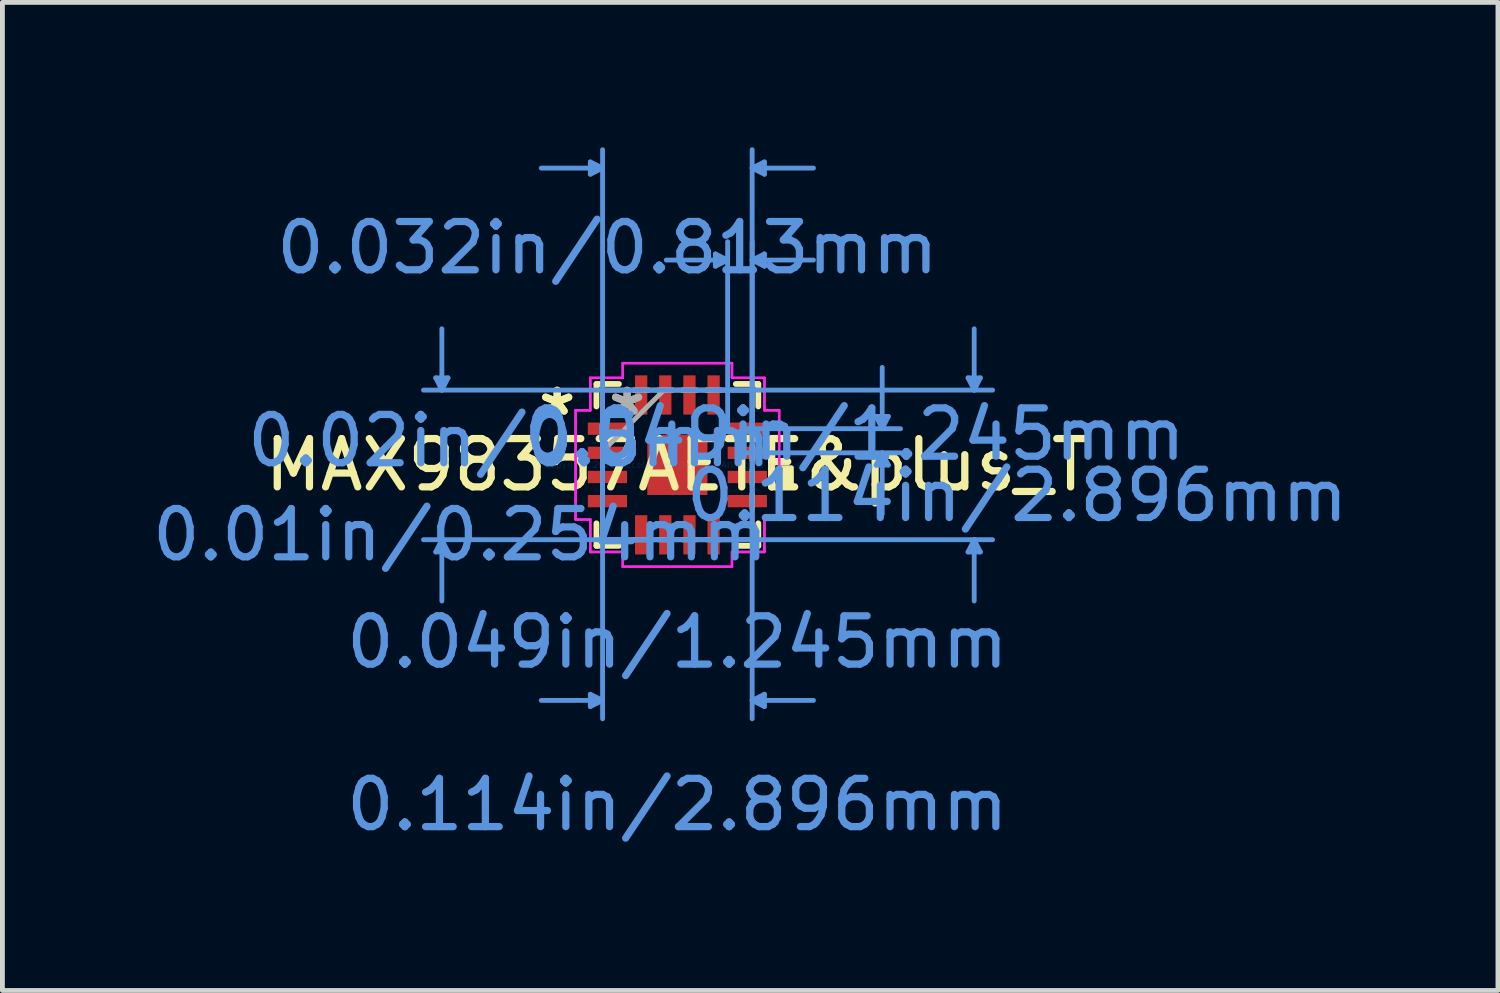
<source format=kicad_pcb>
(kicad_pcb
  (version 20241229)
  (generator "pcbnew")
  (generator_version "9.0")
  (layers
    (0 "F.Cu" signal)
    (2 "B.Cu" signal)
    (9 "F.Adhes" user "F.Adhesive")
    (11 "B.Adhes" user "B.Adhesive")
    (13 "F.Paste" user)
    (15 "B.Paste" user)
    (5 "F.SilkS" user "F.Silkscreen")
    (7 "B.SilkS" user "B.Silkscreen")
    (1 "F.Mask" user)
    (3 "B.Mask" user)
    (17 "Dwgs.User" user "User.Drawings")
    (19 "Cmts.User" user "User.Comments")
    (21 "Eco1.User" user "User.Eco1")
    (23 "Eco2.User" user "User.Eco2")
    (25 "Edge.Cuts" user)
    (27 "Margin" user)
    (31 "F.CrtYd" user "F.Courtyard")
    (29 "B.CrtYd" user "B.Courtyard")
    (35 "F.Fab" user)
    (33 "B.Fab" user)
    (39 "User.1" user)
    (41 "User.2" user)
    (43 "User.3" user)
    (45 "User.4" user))
  (footprint "MAX98357AETE&plus_T"
    (layer "F.Cu")
    (at 10.978 6.578)
    (property "Reference" "MAX98357AETE&plus_T" (at 0 0 0) (layer "F.SilkS") (effects (font (size 1 1) (thickness 0.15))))
    (attr through_hole)
    (fp_line (start -1.676 -1.676) (end -1.676 -1.21) (stroke (width 0.12) (type solid)) (layer "F.SilkS"))
    (fp_line (start -1.676 1.21) (end -1.676 1.676) (stroke (width 0.12) (type solid)) (layer "F.SilkS"))
    (fp_line (start -1.676 1.676) (end -1.21 1.676) (stroke (width 0.12) (type solid)) (layer "F.SilkS"))
    (fp_line (start -1.21 -1.676) (end -1.676 -1.676) (stroke (width 0.12) (type solid)) (layer "F.SilkS"))
    (fp_line (start 1.21 1.676) (end 1.676 1.676) (stroke (width 0.12) (type solid)) (layer "F.SilkS"))
    (fp_line (start 1.676 -1.676) (end 1.21 -1.676) (stroke (width 0.12) (type solid)) (layer "F.SilkS"))
    (fp_line (start 1.676 -1.21) (end 1.676 -1.676) (stroke (width 0.12) (type solid)) (layer "F.SilkS"))
    (fp_line (start 1.676 1.676) (end 1.676 1.21) (stroke (width 0.12) (type solid)) (layer "F.SilkS"))
    (fp_poly (pts (xy 2.362 0.059) (xy 2.362 0.441) (xy 2.108 0.441) (xy 2.108 0.059)) (stroke (width 0.1) (type solid)) (fill yes) (layer "F.SilkS"))
    (fp_line (start -5.004 -1.803) (end -4.75 -1.803) (stroke (width 0.1) (type solid)) (layer "Cmts.User"))
    (fp_line (start -5.004 1.803) (end -4.75 1.803) (stroke (width 0.1) (type solid)) (layer "Cmts.User"))
    (fp_line (start -4.877 -1.549) (end -5.004 -1.803) (stroke (width 0.1) (type solid)) (layer "Cmts.User"))
    (fp_line (start -4.877 -1.549) (end -4.877 -2.819) (stroke (width 0.1) (type solid)) (layer "Cmts.User"))
    (fp_line (start -4.877 -1.549) (end -4.75 -1.803) (stroke (width 0.1) (type solid)) (layer "Cmts.User"))
    (fp_line (start -4.877 1.549) (end -5.004 1.803) (stroke (width 0.1) (type solid)) (layer "Cmts.User"))
    (fp_line (start -4.877 1.549) (end -4.877 2.819) (stroke (width 0.1) (type solid)) (layer "Cmts.User"))
    (fp_line (start -4.877 1.549) (end -4.75 1.803) (stroke (width 0.1) (type solid)) (layer "Cmts.User"))
    (fp_line (start -1.803 -6.274) (end -1.803 -6.02) (stroke (width 0.1) (type solid)) (layer "Cmts.User"))
    (fp_line (start -1.803 4.75) (end -1.803 5.004) (stroke (width 0.1) (type solid)) (layer "Cmts.User"))
    (fp_line (start -1.549 -6.147) (end -2.819 -6.147) (stroke (width 0.1) (type solid)) (layer "Cmts.User"))
    (fp_line (start -1.549 -6.147) (end -1.803 -6.274) (stroke (width 0.1) (type solid)) (layer "Cmts.User"))
    (fp_line (start -1.549 -6.147) (end -1.803 -6.02) (stroke (width 0.1) (type solid)) (layer "Cmts.User"))
    (fp_line (start -1.549 -1.549) (end -1.549 5.258) (stroke (width 0.1) (type solid)) (layer "Cmts.User"))
    (fp_line (start -1.549 -0.75) (end -1.549 -6.528) (stroke (width 0.1) (type solid)) (layer "Cmts.User"))
    (fp_line (start -1.549 4.877) (end -2.819 4.877) (stroke (width 0.1) (type solid)) (layer "Cmts.User"))
    (fp_line (start -1.549 4.877) (end -1.803 4.75) (stroke (width 0.1) (type solid)) (layer "Cmts.User"))
    (fp_line (start -1.549 4.877) (end -1.803 5.004) (stroke (width 0.1) (type solid)) (layer "Cmts.User"))
    (fp_line (start 0.75 -1.549) (end 6.528 -1.549) (stroke (width 0.1) (type solid)) (layer "Cmts.User"))
    (fp_line (start 0.75 1.549) (end 6.528 1.549) (stroke (width 0.1) (type solid)) (layer "Cmts.User"))
    (fp_line (start 0.787 -4.369) (end 0.787 -4.115) (stroke (width 0.1) (type solid)) (layer "Cmts.User"))
    (fp_line (start 1.041 -4.242) (end -0.229 -4.242) (stroke (width 0.1) (type solid)) (layer "Cmts.User"))
    (fp_line (start 1.041 -4.242) (end 0.787 -4.369) (stroke (width 0.1) (type solid)) (layer "Cmts.User"))
    (fp_line (start 1.041 -4.242) (end 0.787 -4.115) (stroke (width 0.1) (type solid)) (layer "Cmts.User"))
    (fp_line (start 1.041 -0.75) (end 1.041 -4.623) (stroke (width 0.1) (type solid)) (layer "Cmts.User"))
    (fp_line (start 1.448 -0.75) (end 4.623 -0.75) (stroke (width 0.1) (type solid)) (layer "Cmts.User"))
    (fp_line (start 1.448 -0.25) (end 4.623 -0.25) (stroke (width 0.1) (type solid)) (layer "Cmts.User"))
    (fp_line (start 1.549 -6.147) (end 1.803 -6.274) (stroke (width 0.1) (type solid)) (layer "Cmts.User"))
    (fp_line (start 1.549 -6.147) (end 1.803 -6.02) (stroke (width 0.1) (type solid)) (layer "Cmts.User"))
    (fp_line (start 1.549 -6.147) (end 2.819 -6.147) (stroke (width 0.1) (type solid)) (layer "Cmts.User"))
    (fp_line (start 1.549 -4.242) (end 1.803 -4.369) (stroke (width 0.1) (type solid)) (layer "Cmts.User"))
    (fp_line (start 1.549 -4.242) (end 1.803 -4.115) (stroke (width 0.1) (type solid)) (layer "Cmts.User"))
    (fp_line (start 1.549 -4.242) (end 2.819 -4.242) (stroke (width 0.1) (type solid)) (layer "Cmts.User"))
    (fp_line (start 1.549 -1.549) (end -5.258 -1.549) (stroke (width 0.1) (type solid)) (layer "Cmts.User"))
    (fp_line (start 1.549 -1.549) (end 1.549 5.258) (stroke (width 0.1) (type solid)) (layer "Cmts.User"))
    (fp_line (start 1.549 -0.75) (end 1.549 -6.528) (stroke (width 0.1) (type solid)) (layer "Cmts.User"))
    (fp_line (start 1.549 -0.75) (end 1.549 -4.623) (stroke (width 0.1) (type solid)) (layer "Cmts.User"))
    (fp_line (start 1.549 1.549) (end -5.258 1.549) (stroke (width 0.1) (type solid)) (layer "Cmts.User"))
    (fp_line (start 1.549 4.877) (end 1.803 4.75) (stroke (width 0.1) (type solid)) (layer "Cmts.User"))
    (fp_line (start 1.549 4.877) (end 1.803 5.004) (stroke (width 0.1) (type solid)) (layer "Cmts.User"))
    (fp_line (start 1.549 4.877) (end 2.819 4.877) (stroke (width 0.1) (type solid)) (layer "Cmts.User"))
    (fp_line (start 1.803 -6.274) (end 1.803 -6.02) (stroke (width 0.1) (type solid)) (layer "Cmts.User"))
    (fp_line (start 1.803 -4.369) (end 1.803 -4.115) (stroke (width 0.1) (type solid)) (layer "Cmts.User"))
    (fp_line (start 1.803 4.75) (end 1.803 5.004) (stroke (width 0.1) (type solid)) (layer "Cmts.User"))
    (fp_line (start 4.115 -1.004) (end 4.369 -1.004) (stroke (width 0.1) (type solid)) (layer "Cmts.User"))
    (fp_line (start 4.115 0.004) (end 4.369 0.004) (stroke (width 0.1) (type solid)) (layer "Cmts.User"))
    (fp_line (start 4.242 -0.75) (end 4.115 -1.004) (stroke (width 0.1) (type solid)) (layer "Cmts.User"))
    (fp_line (start 4.242 -0.75) (end 4.242 -2.02) (stroke (width 0.1) (type solid)) (layer "Cmts.User"))
    (fp_line (start 4.242 -0.75) (end 4.369 -1.004) (stroke (width 0.1) (type solid)) (layer "Cmts.User"))
    (fp_line (start 4.242 -0.25) (end 4.115 0.004) (stroke (width 0.1) (type solid)) (layer "Cmts.User"))
    (fp_line (start 4.242 -0.25) (end 4.242 1.02) (stroke (width 0.1) (type solid)) (layer "Cmts.User"))
    (fp_line (start 4.242 -0.25) (end 4.369 0.004) (stroke (width 0.1) (type solid)) (layer "Cmts.User"))
    (fp_line (start 6.02 -1.803) (end 6.274 -1.803) (stroke (width 0.1) (type solid)) (layer "Cmts.User"))
    (fp_line (start 6.02 1.803) (end 6.274 1.803) (stroke (width 0.1) (type solid)) (layer "Cmts.User"))
    (fp_line (start 6.147 -1.549) (end 6.02 -1.803) (stroke (width 0.1) (type solid)) (layer "Cmts.User"))
    (fp_line (start 6.147 -1.549) (end 6.147 -2.819) (stroke (width 0.1) (type solid)) (layer "Cmts.User"))
    (fp_line (start 6.147 -1.549) (end 6.274 -1.803) (stroke (width 0.1) (type solid)) (layer "Cmts.User"))
    (fp_line (start 6.147 1.549) (end 6.02 1.803) (stroke (width 0.1) (type solid)) (layer "Cmts.User"))
    (fp_line (start 6.147 1.549) (end 6.147 2.819) (stroke (width 0.1) (type solid)) (layer "Cmts.User"))
    (fp_line (start 6.147 1.549) (end 6.274 1.803) (stroke (width 0.1) (type solid)) (layer "Cmts.User"))
    (fp_line (start -2.108 -1.131) (end -1.803 -1.131) (stroke (width 0.05) (type solid)) (layer "F.CrtYd"))
    (fp_line (start -2.108 -1.131) (end -1.803 -1.131) (stroke (width 0.05) (type solid)) (layer "F.CrtYd"))
    (fp_line (start -2.108 1.131) (end -2.108 -1.131) (stroke (width 0.05) (type solid)) (layer "F.CrtYd"))
    (fp_line (start -2.108 1.131) (end -2.108 -1.131) (stroke (width 0.05) (type solid)) (layer "F.CrtYd"))
    (fp_line (start -1.803 -1.803) (end -1.131 -1.803) (stroke (width 0.05) (type solid)) (layer "F.CrtYd"))
    (fp_line (start -1.803 -1.803) (end -1.131 -1.803) (stroke (width 0.05) (type solid)) (layer "F.CrtYd"))
    (fp_line (start -1.803 -1.131) (end -1.803 -1.803) (stroke (width 0.05) (type solid)) (layer "F.CrtYd"))
    (fp_line (start -1.803 -1.131) (end -1.803 -1.803) (stroke (width 0.05) (type solid)) (layer "F.CrtYd"))
    (fp_line (start -1.803 1.131) (end -2.108 1.131) (stroke (width 0.05) (type solid)) (layer "F.CrtYd"))
    (fp_line (start -1.803 1.131) (end -2.108 1.131) (stroke (width 0.05) (type solid)) (layer "F.CrtYd"))
    (fp_line (start -1.803 1.803) (end -1.803 1.131) (stroke (width 0.05) (type solid)) (layer "F.CrtYd"))
    (fp_line (start -1.803 1.803) (end -1.803 1.131) (stroke (width 0.05) (type solid)) (layer "F.CrtYd"))
    (fp_line (start -1.131 -2.108) (end 1.131 -2.108) (stroke (width 0.05) (type solid)) (layer "F.CrtYd"))
    (fp_line (start -1.131 -2.108) (end 1.131 -2.108) (stroke (width 0.05) (type solid)) (layer "F.CrtYd"))
    (fp_line (start -1.131 -1.803) (end -1.131 -2.108) (stroke (width 0.05) (type solid)) (layer "F.CrtYd"))
    (fp_line (start -1.131 -1.803) (end -1.131 -2.108) (stroke (width 0.05) (type solid)) (layer "F.CrtYd"))
    (fp_line (start -1.131 1.803) (end -1.803 1.803) (stroke (width 0.05) (type solid)) (layer "F.CrtYd"))
    (fp_line (start -1.131 1.803) (end -1.803 1.803) (stroke (width 0.05) (type solid)) (layer "F.CrtYd"))
    (fp_line (start -1.131 2.108) (end -1.131 1.803) (stroke (width 0.05) (type solid)) (layer "F.CrtYd"))
    (fp_line (start -1.131 2.108) (end -1.131 1.803) (stroke (width 0.05) (type solid)) (layer "F.CrtYd"))
    (fp_line (start 1.131 -2.108) (end 1.131 -1.803) (stroke (width 0.05) (type solid)) (layer "F.CrtYd"))
    (fp_line (start 1.131 -2.108) (end 1.131 -1.803) (stroke (width 0.05) (type solid)) (layer "F.CrtYd"))
    (fp_line (start 1.131 -1.803) (end 1.803 -1.803) (stroke (width 0.05) (type solid)) (layer "F.CrtYd"))
    (fp_line (start 1.131 -1.803) (end 1.803 -1.803) (stroke (width 0.05) (type solid)) (layer "F.CrtYd"))
    (fp_line (start 1.131 1.803) (end 1.131 2.108) (stroke (width 0.05) (type solid)) (layer "F.CrtYd"))
    (fp_line (start 1.131 1.803) (end 1.131 2.108) (stroke (width 0.05) (type solid)) (layer "F.CrtYd"))
    (fp_line (start 1.131 2.108) (end -1.131 2.108) (stroke (width 0.05) (type solid)) (layer "F.CrtYd"))
    (fp_line (start 1.131 2.108) (end -1.131 2.108) (stroke (width 0.05) (type solid)) (layer "F.CrtYd"))
    (fp_line (start 1.803 -1.803) (end 1.803 -1.131) (stroke (width 0.05) (type solid)) (layer "F.CrtYd"))
    (fp_line (start 1.803 -1.803) (end 1.803 -1.131) (stroke (width 0.05) (type solid)) (layer "F.CrtYd"))
    (fp_line (start 1.803 -1.131) (end 2.108 -1.131) (stroke (width 0.05) (type solid)) (layer "F.CrtYd"))
    (fp_line (start 1.803 -1.131) (end 2.108 -1.131) (stroke (width 0.05) (type solid)) (layer "F.CrtYd"))
    (fp_line (start 1.803 1.131) (end 1.803 1.803) (stroke (width 0.05) (type solid)) (layer "F.CrtYd"))
    (fp_line (start 1.803 1.131) (end 1.803 1.803) (stroke (width 0.05) (type solid)) (layer "F.CrtYd"))
    (fp_line (start 1.803 1.803) (end 1.131 1.803) (stroke (width 0.05) (type solid)) (layer "F.CrtYd"))
    (fp_line (start 1.803 1.803) (end 1.131 1.803) (stroke (width 0.05) (type solid)) (layer "F.CrtYd"))
    (fp_line (start 2.108 -1.131) (end 2.108 1.131) (stroke (width 0.05) (type solid)) (layer "F.CrtYd"))
    (fp_line (start 2.108 -1.131) (end 2.108 1.131) (stroke (width 0.05) (type solid)) (layer "F.CrtYd"))
    (fp_line (start 2.108 1.131) (end 1.803 1.131) (stroke (width 0.05) (type solid)) (layer "F.CrtYd"))
    (fp_line (start 2.108 1.131) (end 1.803 1.131) (stroke (width 0.05) (type solid)) (layer "F.CrtYd"))
    (fp_line (start -1.549 -1.549) (end -1.549 -1.549) (stroke (width 0.1) (type solid)) (layer "F.Fab"))
    (fp_line (start -1.549 -1.549) (end -1.549 1.549) (stroke (width 0.1) (type solid)) (layer "F.Fab"))
    (fp_line (start -1.549 -0.902) (end -1.549 -0.902) (stroke (width 0.1) (type solid)) (layer "F.Fab"))
    (fp_line (start -1.549 -0.902) (end -1.549 -0.598) (stroke (width 0.1) (type solid)) (layer "F.Fab"))
    (fp_line (start -1.549 -0.598) (end -1.549 -0.902) (stroke (width 0.1) (type solid)) (layer "F.Fab"))
    (fp_line (start -1.549 -0.598) (end -1.549 -0.598) (stroke (width 0.1) (type solid)) (layer "F.Fab"))
    (fp_line (start -1.549 -0.402) (end -1.549 -0.402) (stroke (width 0.1) (type solid)) (layer "F.Fab"))
    (fp_line (start -1.549 -0.402) (end -1.549 -0.098) (stroke (width 0.1) (type solid)) (layer "F.Fab"))
    (fp_line (start -1.549 -0.279) (end -0.279 -1.549) (stroke (width 0.1) (type solid)) (layer "F.Fab"))
    (fp_line (start -1.549 -0.098) (end -1.549 -0.402) (stroke (width 0.1) (type solid)) (layer "F.Fab"))
    (fp_line (start -1.549 -0.098) (end -1.549 -0.098) (stroke (width 0.1) (type solid)) (layer "F.Fab"))
    (fp_line (start -1.549 0.098) (end -1.549 0.098) (stroke (width 0.1) (type solid)) (layer "F.Fab"))
    (fp_line (start -1.549 0.098) (end -1.549 0.402) (stroke (width 0.1) (type solid)) (layer "F.Fab"))
    (fp_line (start -1.549 0.402) (end -1.549 0.098) (stroke (width 0.1) (type solid)) (layer "F.Fab"))
    (fp_line (start -1.549 0.402) (end -1.549 0.402) (stroke (width 0.1) (type solid)) (layer "F.Fab"))
    (fp_line (start -1.549 0.598) (end -1.549 0.598) (stroke (width 0.1) (type solid)) (layer "F.Fab"))
    (fp_line (start -1.549 0.598) (end -1.549 0.902) (stroke (width 0.1) (type solid)) (layer "F.Fab"))
    (fp_line (start -1.549 0.902) (end -1.549 0.598) (stroke (width 0.1) (type solid)) (layer "F.Fab"))
    (fp_line (start -1.549 0.902) (end -1.549 0.902) (stroke (width 0.1) (type solid)) (layer "F.Fab"))
    (fp_line (start -1.549 1.549) (end -1.549 1.549) (stroke (width 0.1) (type solid)) (layer "F.Fab"))
    (fp_line (start -1.549 1.549) (end 1.549 1.549) (stroke (width 0.1) (type solid)) (layer "F.Fab"))
    (fp_line (start -0.902 -1.549) (end -0.902 -1.549) (stroke (width 0.1) (type solid)) (layer "F.Fab"))
    (fp_line (start -0.902 -1.549) (end -0.598 -1.549) (stroke (width 0.1) (type solid)) (layer "F.Fab"))
    (fp_line (start -0.902 1.549) (end -0.902 1.549) (stroke (width 0.1) (type solid)) (layer "F.Fab"))
    (fp_line (start -0.902 1.549) (end -0.598 1.549) (stroke (width 0.1) (type solid)) (layer "F.Fab"))
    (fp_line (start -0.598 -1.549) (end -0.902 -1.549) (stroke (width 0.1) (type solid)) (layer "F.Fab"))
    (fp_line (start -0.598 -1.549) (end -0.598 -1.549) (stroke (width 0.1) (type solid)) (layer "F.Fab"))
    (fp_line (start -0.598 1.549) (end -0.902 1.549) (stroke (width 0.1) (type solid)) (layer "F.Fab"))
    (fp_line (start -0.598 1.549) (end -0.598 1.549) (stroke (width 0.1) (type solid)) (layer "F.Fab"))
    (fp_line (start -0.402 -1.549) (end -0.402 -1.549) (stroke (width 0.1) (type solid)) (layer "F.Fab"))
    (fp_line (start -0.402 -1.549) (end -0.098 -1.549) (stroke (width 0.1) (type solid)) (layer "F.Fab"))
    (fp_line (start -0.402 1.549) (end -0.402 1.549) (stroke (width 0.1) (type solid)) (layer "F.Fab"))
    (fp_line (start -0.402 1.549) (end -0.098 1.549) (stroke (width 0.1) (type solid)) (layer "F.Fab"))
    (fp_line (start -0.098 -1.549) (end -0.402 -1.549) (stroke (width 0.1) (type solid)) (layer "F.Fab"))
    (fp_line (start -0.098 -1.549) (end -0.098 -1.549) (stroke (width 0.1) (type solid)) (layer "F.Fab"))
    (fp_line (start -0.098 1.549) (end -0.402 1.549) (stroke (width 0.1) (type solid)) (layer "F.Fab"))
    (fp_line (start -0.098 1.549) (end -0.098 1.549) (stroke (width 0.1) (type solid)) (layer "F.Fab"))
    (fp_line (start 0.098 -1.549) (end 0.098 -1.549) (stroke (width 0.1) (type solid)) (layer "F.Fab"))
    (fp_line (start 0.098 -1.549) (end 0.402 -1.549) (stroke (width 0.1) (type solid)) (layer "F.Fab"))
    (fp_line (start 0.098 1.549) (end 0.098 1.549) (stroke (width 0.1) (type solid)) (layer "F.Fab"))
    (fp_line (start 0.098 1.549) (end 0.402 1.549) (stroke (width 0.1) (type solid)) (layer "F.Fab"))
    (fp_line (start 0.402 -1.549) (end 0.098 -1.549) (stroke (width 0.1) (type solid)) (layer "F.Fab"))
    (fp_line (start 0.402 -1.549) (end 0.402 -1.549) (stroke (width 0.1) (type solid)) (layer "F.Fab"))
    (fp_line (start 0.402 1.549) (end 0.098 1.549) (stroke (width 0.1) (type solid)) (layer "F.Fab"))
    (fp_line (start 0.402 1.549) (end 0.402 1.549) (stroke (width 0.1) (type solid)) (layer "F.Fab"))
    (fp_line (start 0.598 -1.549) (end 0.598 -1.549) (stroke (width 0.1) (type solid)) (layer "F.Fab"))
    (fp_line (start 0.598 -1.549) (end 0.902 -1.549) (stroke (width 0.1) (type solid)) (layer "F.Fab"))
    (fp_line (start 0.598 1.549) (end 0.598 1.549) (stroke (width 0.1) (type solid)) (layer "F.Fab"))
    (fp_line (start 0.598 1.549) (end 0.902 1.549) (stroke (width 0.1) (type solid)) (layer "F.Fab"))
    (fp_line (start 0.902 -1.549) (end 0.598 -1.549) (stroke (width 0.1) (type solid)) (layer "F.Fab"))
    (fp_line (start 0.902 -1.549) (end 0.902 -1.549) (stroke (width 0.1) (type solid)) (layer "F.Fab"))
    (fp_line (start 0.902 1.549) (end 0.598 1.549) (stroke (width 0.1) (type solid)) (layer "F.Fab"))
    (fp_line (start 0.902 1.549) (end 0.902 1.549) (stroke (width 0.1) (type solid)) (layer "F.Fab"))
    (fp_line (start 1.549 -1.549) (end -1.549 -1.549) (stroke (width 0.1) (type solid)) (layer "F.Fab"))
    (fp_line (start 1.549 -1.549) (end 1.549 -1.549) (stroke (width 0.1) (type solid)) (layer "F.Fab"))
    (fp_line (start 1.549 -0.902) (end 1.549 -0.902) (stroke (width 0.1) (type solid)) (layer "F.Fab"))
    (fp_line (start 1.549 -0.902) (end 1.549 -0.598) (stroke (width 0.1) (type solid)) (layer "F.Fab"))
    (fp_line (start 1.549 -0.598) (end 1.549 -0.902) (stroke (width 0.1) (type solid)) (layer "F.Fab"))
    (fp_line (start 1.549 -0.598) (end 1.549 -0.598) (stroke (width 0.1) (type solid)) (layer "F.Fab"))
    (fp_line (start 1.549 -0.402) (end 1.549 -0.402) (stroke (width 0.1) (type solid)) (layer "F.Fab"))
    (fp_line (start 1.549 -0.402) (end 1.549 -0.098) (stroke (width 0.1) (type solid)) (layer "F.Fab"))
    (fp_line (start 1.549 -0.098) (end 1.549 -0.402) (stroke (width 0.1) (type solid)) (layer "F.Fab"))
    (fp_line (start 1.549 -0.098) (end 1.549 -0.098) (stroke (width 0.1) (type solid)) (layer "F.Fab"))
    (fp_line (start 1.549 0.098) (end 1.549 0.098) (stroke (width 0.1) (type solid)) (layer "F.Fab"))
    (fp_line (start 1.549 0.098) (end 1.549 0.402) (stroke (width 0.1) (type solid)) (layer "F.Fab"))
    (fp_line (start 1.549 0.402) (end 1.549 0.098) (stroke (width 0.1) (type solid)) (layer "F.Fab"))
    (fp_line (start 1.549 0.402) (end 1.549 0.402) (stroke (width 0.1) (type solid)) (layer "F.Fab"))
    (fp_line (start 1.549 0.598) (end 1.549 0.598) (stroke (width 0.1) (type solid)) (layer "F.Fab"))
    (fp_line (start 1.549 0.598) (end 1.549 0.902) (stroke (width 0.1) (type solid)) (layer "F.Fab"))
    (fp_line (start 1.549 0.902) (end 1.549 0.598) (stroke (width 0.1) (type solid)) (layer "F.Fab"))
    (fp_line (start 1.549 0.902) (end 1.549 0.902) (stroke (width 0.1) (type solid)) (layer "F.Fab"))
    (fp_line (start 1.549 1.549) (end 1.549 -1.549) (stroke (width 0.1) (type solid)) (layer "F.Fab"))
    (fp_line (start 1.549 1.549) (end 1.549 1.549) (stroke (width 0.1) (type solid)) (layer "F.Fab"))
    (fp_text user "*" (at -2.489 -1 0) (layer "F.SilkS") (effects (font (size 1 1) (thickness 0.15))))
    (fp_text user "*" (at -2.489 -1 0) (layer "F.SilkS") (effects (font (size 1 1) (thickness 0.15))))
    (fp_text user "0.049in/1.245mm" (at 3.67 -0.635 0) (layer "Cmts.User") (effects (font (size 1 1) (thickness 0.15))))
    (fp_text user "Copyright 2021 Accelerated Designs. All rights reserved." (at 0 0 0) (layer "Cmts.User") (effects (font (size 0.127 0.127) (thickness 0.002))))
    (fp_text user "0.032in/0.813mm" (at -1.448 -4.496 0) (layer "Cmts.User") (effects (font (size 1 1) (thickness 0.15))))
    (fp_text user "0.049in/1.245mm" (at 0 3.67 0) (layer "Cmts.User") (effects (font (size 1 1) (thickness 0.15))))
    (fp_text user "0.02in/0.5mm" (at -3.48 -0.5 0) (layer "Cmts.User") (effects (font (size 1 1) (thickness 0.15))))
    (fp_text user "0.01in/0.254mm" (at -4.496 1.448 0) (layer "Cmts.User") (effects (font (size 1 1) (thickness 0.15))))
    (fp_text user "0.114in/2.896mm" (at 0 7.036 0) (layer "Cmts.User") (effects (font (size 1 1) (thickness 0.15))))
    (fp_text user "0.114in/2.896mm" (at 7.036 0.635 0) (layer "Cmts.User") (effects (font (size 1 1) (thickness 0.15))))
    (fp_text user "*" (at -1.041 -1 0) (layer "F.Fab") (effects (font (size 1 1) (thickness 0.15))))
    (fp_text user "*" (at -1.041 -1 0) (layer "F.Fab") (effects (font (size 1 1) (thickness 0.15))))
    (pad "1" smd rect (at -1.448 -0.75 90) (size 0.254 0.813) (layers "F.Cu" "F.Mask" "F.Paste"))
    (pad "2" smd rect (at -1.448 -0.25 90) (size 0.254 0.813) (layers "F.Cu" "F.Mask" "F.Paste"))
    (pad "3" smd rect (at -1.448 0.25 90) (size 0.254 0.813) (layers "F.Cu" "F.Mask" "F.Paste"))
    (pad "4" smd rect (at -1.448 0.75 90) (size 0.254 0.813) (layers "F.Cu" "F.Mask" "F.Paste"))
    (pad "5" smd rect (at -0.75 1.448) (size 0.254 0.813) (layers "F.Cu" "F.Mask" "F.Paste"))
    (pad "6" smd rect (at -0.25 1.448) (size 0.254 0.813) (layers "F.Cu" "F.Mask" "F.Paste"))
    (pad "7" smd rect (at 0.25 1.448) (size 0.254 0.813) (layers "F.Cu" "F.Mask" "F.Paste"))
    (pad "8" smd rect (at 0.75 1.448) (size 0.254 0.813) (layers "F.Cu" "F.Mask" "F.Paste"))
    (pad "9" smd rect (at 1.448 0.75 90) (size 0.254 0.813) (layers "F.Cu" "F.Mask" "F.Paste"))
    (pad "10" smd rect (at 1.448 0.25 90) (size 0.254 0.813) (layers "F.Cu" "F.Mask" "F.Paste"))
    (pad "11" smd rect (at 1.448 -0.25 90) (size 0.254 0.813) (layers "F.Cu" "F.Mask" "F.Paste"))
    (pad "12" smd rect (at 1.448 -0.75 90) (size 0.254 0.813) (layers "F.Cu" "F.Mask" "F.Paste"))
    (pad "13" smd rect (at 0.75 -1.448) (size 0.254 0.813) (layers "F.Cu" "F.Mask" "F.Paste"))
    (pad "14" smd rect (at 0.25 -1.448) (size 0.254 0.813) (layers "F.Cu" "F.Mask" "F.Paste"))
    (pad "15" smd rect (at -0.25 -1.448) (size 0.254 0.813) (layers "F.Cu" "F.Mask" "F.Paste"))
    (pad "16" smd rect (at -0.75 -1.448) (size 0.254 0.813) (layers "F.Cu" "F.Mask" "F.Paste"))
    (pad "17" smd rect (at 0 0) (size 1.245 1.245) (layers "F.Cu" "F.Mask" "F.Paste")))
  (gr_rect
    (start -3 -3)
    (end 27.972 17.462)
    (stroke (width 0.1) (type default))
    (fill no)
    (layer "Edge.Cuts")))
</source>
